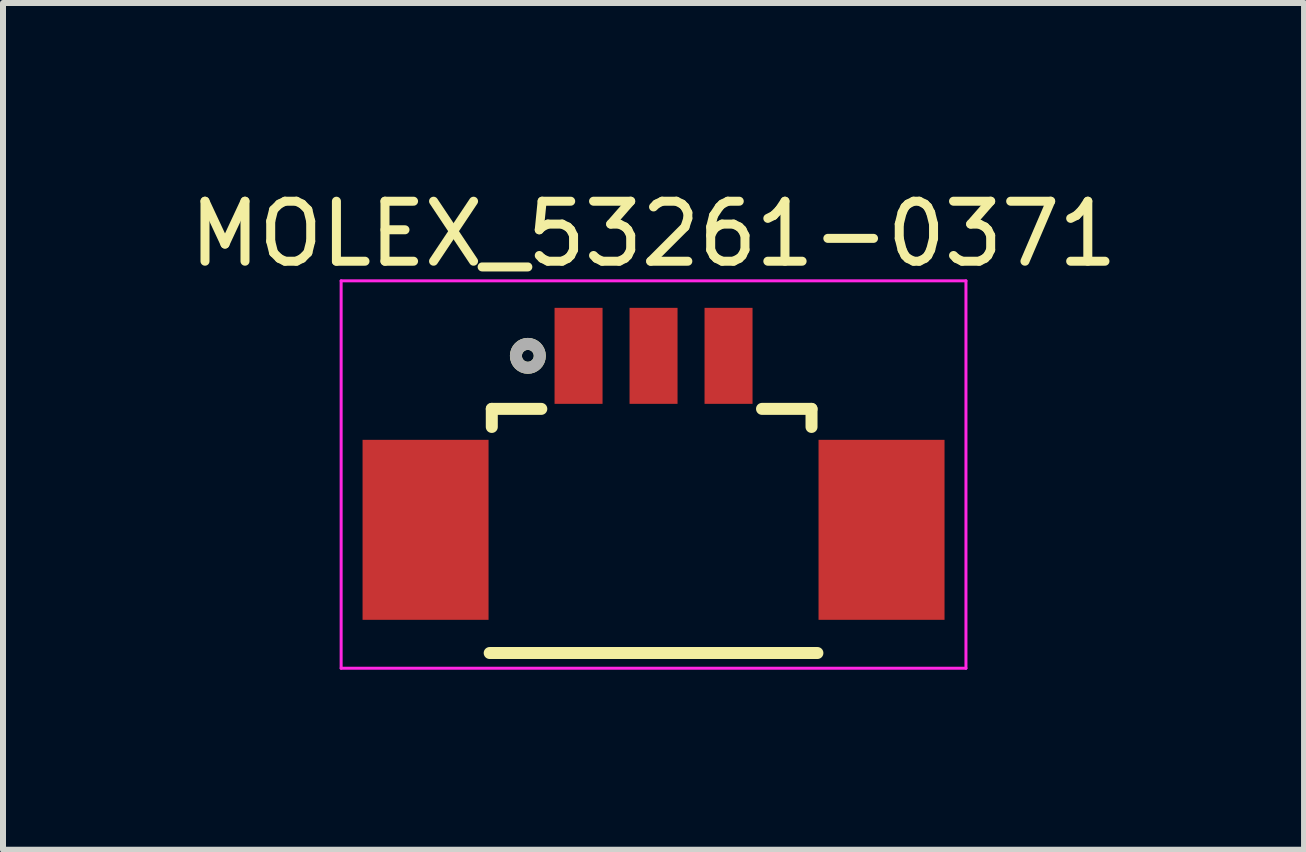
<source format=kicad_pcb>
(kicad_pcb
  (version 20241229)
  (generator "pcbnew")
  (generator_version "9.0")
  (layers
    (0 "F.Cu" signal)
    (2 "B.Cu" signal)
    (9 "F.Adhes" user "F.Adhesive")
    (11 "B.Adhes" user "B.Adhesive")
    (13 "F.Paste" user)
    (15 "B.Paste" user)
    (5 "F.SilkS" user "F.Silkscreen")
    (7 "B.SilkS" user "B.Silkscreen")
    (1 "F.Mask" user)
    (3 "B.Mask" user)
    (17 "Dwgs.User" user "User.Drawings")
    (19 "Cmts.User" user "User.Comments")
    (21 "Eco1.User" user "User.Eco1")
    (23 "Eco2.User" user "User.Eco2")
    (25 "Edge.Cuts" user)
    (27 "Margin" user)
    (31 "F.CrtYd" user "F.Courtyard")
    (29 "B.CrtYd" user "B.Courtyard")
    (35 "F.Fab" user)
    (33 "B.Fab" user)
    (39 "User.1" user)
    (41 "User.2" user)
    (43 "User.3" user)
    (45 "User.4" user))
  (footprint "MOLEX_53261-0371"
    (layer "F.Cu")
    (at 7.843 2.881)
    (property "Reference" "MOLEX_53261-0371" (at 0 -2.032 180) (layer "F.SilkS") (effects (font (size 1 1) (thickness 0.15))))
    (attr through_hole)
    (fp_line (start -2.696 0.884) (end -2.696 1.185) (stroke (width 0.2) (type solid)) (layer "F.SilkS"))
    (fp_line (start -2.696 0.884) (end -1.871 0.884) (stroke (width 0.2) (type solid)) (layer "F.SilkS"))
    (fp_line (start 2.633 0.884) (end 1.808 0.884) (stroke (width 0.2) (type solid)) (layer "F.SilkS"))
    (fp_line (start 2.633 0.884) (end 2.633 1.185) (stroke (width 0.2) (type solid)) (layer "F.SilkS"))
    (fp_line (start 2.731 4.953) (end -2.731 4.953) (stroke (width 0.2) (type solid)) (layer "F.SilkS"))
    (fp_circle (center -2.095 0) (end -1.996 0) (stroke (width 0.2) (type solid)) (fill no) (layer "F.SilkS"))
    (fp_line (start -5.207 -1.25) (end 5.207 -1.25) (stroke (width 0.05) (type solid)) (layer "F.CrtYd"))
    (fp_line (start -5.207 5.207) (end -5.207 -1.25) (stroke (width 0.05) (type solid)) (layer "F.CrtYd"))
    (fp_line (start 5.207 -1.25) (end 5.207 5.207) (stroke (width 0.05) (type solid)) (layer "F.CrtYd"))
    (fp_line (start 5.207 5.207) (end -5.207 5.207) (stroke (width 0.05) (type solid)) (layer "F.CrtYd"))
    (fp_circle (center -2.095 0) (end -1.996 0) (stroke (width 0.2) (type solid)) (fill no) (layer "F.Fab"))
    (pad "1" smd rect (at -1.25 0) (size 0.8 1.6) (layers "F.Cu" "F.Mask" "F.Paste"))
    (pad "2" smd rect (at 0 0) (size 0.8 1.6) (layers "F.Cu" "F.Mask" "F.Paste"))
    (pad "3" smd rect (at 1.25 0) (size 0.8 1.6) (layers "F.Cu" "F.Mask" "F.Paste"))
    (pad "P1" smd rect (at -3.8 2.9) (size 2.1 3) (layers "F.Cu" "F.Mask" "F.Paste"))
    (pad "P2" smd rect (at 3.8 2.9) (size 2.1 3) (layers "F.Cu" "F.Mask" "F.Paste")))
  (gr_rect
    (start -3 -3)
    (end 18.685 11.113)
    (stroke (width 0.1) (type default))
    (fill no)
    (layer "Edge.Cuts")))
</source>
